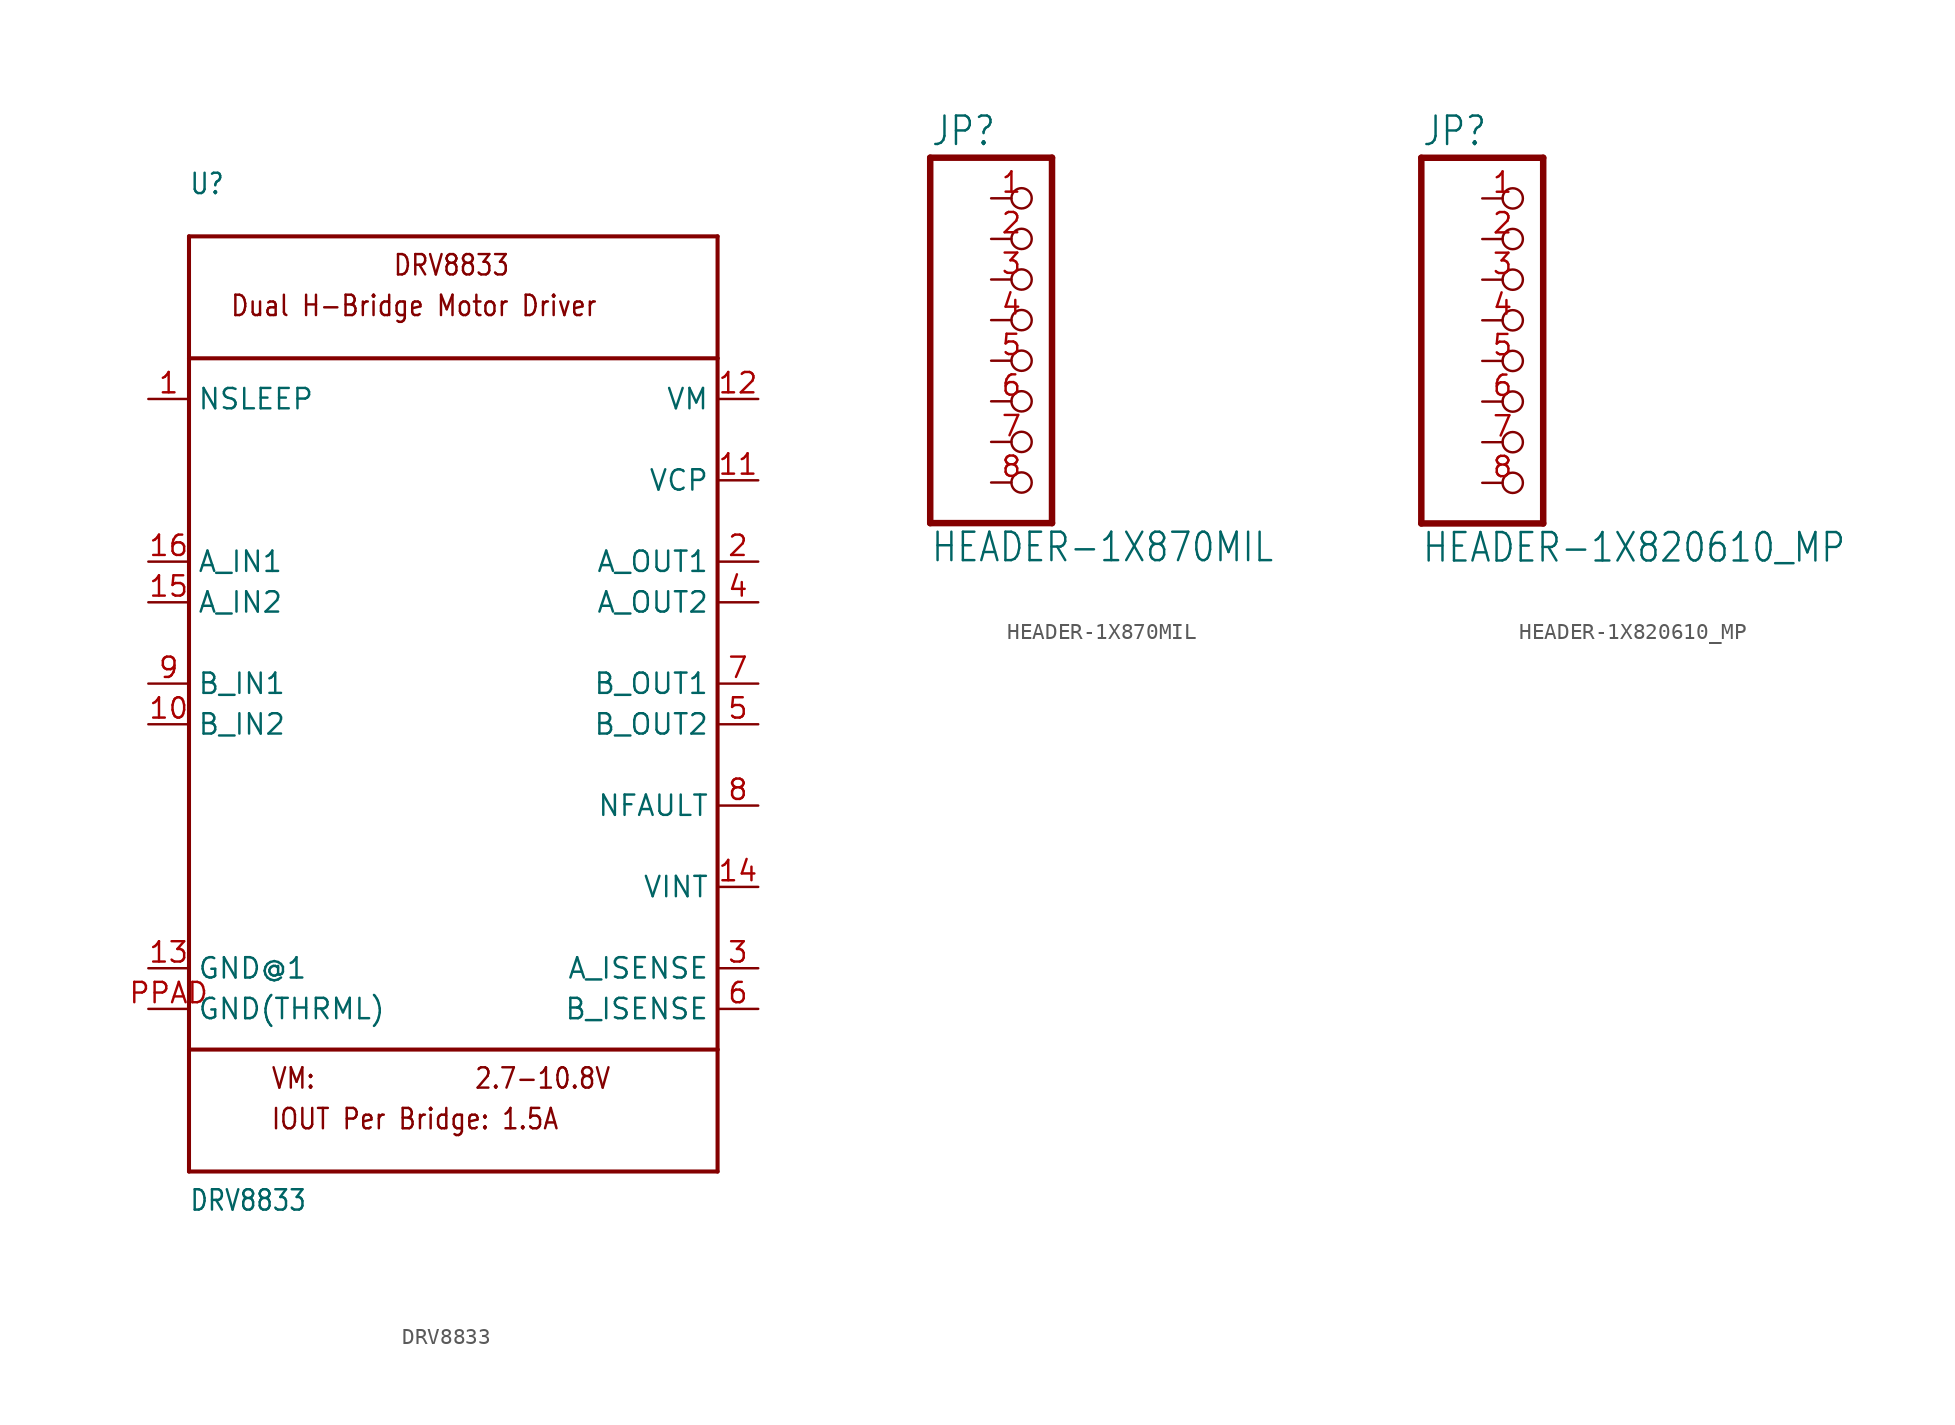
<source format=kicad_sym>
(kicad_symbol_lib
  (version 20211014)
  (generator kicad_symbol_editor)
  (symbol "DRV8833"
    (property "Reference" "U"
      (at -17.78 30.48 0)
      (effects (font (size 1.27 1.079)) (justify left bottom)))
    (property "Value" "DRV8833"
      (at -17.78 -33.02 0)
      (effects (font (size 1.27 1.079)) (justify left bottom)))
    (property "ki_locked" ""
      (at 0 0 0)
      (effects (font (size 1.27 1.27))))
    (symbol "DRV8833_1_0"
      (polyline (pts (xy -17.78 -30.48) (xy 15.24 -30.48)) (stroke (width 0.254) (type default) (color 0 0 0 0)) (fill (type none)))
      (polyline (pts (xy -17.78 -22.86) (xy -17.78 -30.48)) (stroke (width 0.254) (type default) (color 0 0 0 0)) (fill (type none)))
      (polyline (pts (xy -17.78 -22.86) (xy -17.78 20.32)) (stroke (width 0.254) (type default) (color 0 0 0 0)) (fill (type none)))
      (polyline (pts (xy -17.78 20.32) (xy 15.24 20.32)) (stroke (width 0.254) (type default) (color 0 0 0 0)) (fill (type none)))
      (polyline (pts (xy -17.78 27.94) (xy -17.78 20.32)) (stroke (width 0.254) (type default) (color 0 0 0 0)) (fill (type none)))
      (polyline (pts (xy -17.78 27.94) (xy 15.24 27.94)) (stroke (width 0.254) (type default) (color 0 0 0 0)) (fill (type none)))
      (polyline (pts (xy 15.24 -30.48) (xy 15.24 -22.86)) (stroke (width 0.254) (type default) (color 0 0 0 0)) (fill (type none)))
      (polyline (pts (xy 15.24 -22.86) (xy -17.78 -22.86)) (stroke (width 0.254) (type default) (color 0 0 0 0)) (fill (type none)))
      (polyline (pts (xy 15.24 20.32) (xy 15.24 -22.86)) (stroke (width 0.254) (type default) (color 0 0 0 0)) (fill (type none)))
      (polyline (pts (xy 15.24 27.94) (xy 15.24 20.32)) (stroke (width 0.254) (type default) (color 0 0 0 0)) (fill (type none)))
      (text "2.7-10.8V" (at 0 -25.4 0) (effects (font (size 1.27 1.079)) (justify left bottom)))
      (text "DRV8833" (at -5.08 25.4 0) (effects (font (size 1.27 1.079)) (justify left bottom)))
      (text "Dual H-Bridge Motor Driver" (at -15.24 22.86 0) (effects (font (size 1.27 1.079)) (justify left bottom)))
      (text "IOUT Per Bridge: 1.5A" (at -12.7 -27.94 0) (effects (font (size 1.27 1.079)) (justify left bottom)))
      (text "VM:" (at -12.7 -25.4 0) (effects (font (size 1.27 1.079)) (justify left bottom)))
      (pin input line (at -20.32 17.78 0) (length 2.54) (name "NSLEEP" (effects (font (size 1.27 1.27)))) (number "1" (effects (font (size 1.27 1.27)))))
      (pin input line (at -20.32 -2.54 0) (length 2.54) (name "B_IN2" (effects (font (size 1.27 1.27)))) (number "10" (effects (font (size 1.27 1.27)))))
      (pin bidirectional line (at 17.78 12.7 180) (length 2.54) (name "VCP" (effects (font (size 1.27 1.27)))) (number "11" (effects (font (size 1.27 1.27)))))
      (pin power_in line (at 17.78 17.78 180) (length 2.54) (name "VM" (effects (font (size 1.27 1.27)))) (number "12" (effects (font (size 1.27 1.27)))))
      (pin power_in line (at -20.32 -17.78 0) (length 2.54) (name "GND@1" (effects (font (size 1.27 1.27)))) (number "13" (effects (font (size 1.27 1.27)))))
      (pin power_in line (at 17.78 -12.7 180) (length 2.54) (name "VINT" (effects (font (size 1.27 1.27)))) (number "14" (effects (font (size 1.27 1.27)))))
      (pin input line (at -20.32 5.08 0) (length 2.54) (name "A_IN2" (effects (font (size 1.27 1.27)))) (number "15" (effects (font (size 1.27 1.27)))))
      (pin input line (at -20.32 7.62 0) (length 2.54) (name "A_IN1" (effects (font (size 1.27 1.27)))) (number "16" (effects (font (size 1.27 1.27)))))
      (pin output line (at 17.78 7.62 180) (length 2.54) (name "A_OUT1" (effects (font (size 1.27 1.27)))) (number "2" (effects (font (size 1.27 1.27)))))
      (pin bidirectional line (at 17.78 -17.78 180) (length 2.54) (name "A_ISENSE" (effects (font (size 1.27 1.27)))) (number "3" (effects (font (size 1.27 1.27)))))
      (pin output line (at 17.78 5.08 180) (length 2.54) (name "A_OUT2" (effects (font (size 1.27 1.27)))) (number "4" (effects (font (size 1.27 1.27)))))
      (pin output line (at 17.78 -2.54 180) (length 2.54) (name "B_OUT2" (effects (font (size 1.27 1.27)))) (number "5" (effects (font (size 1.27 1.27)))))
      (pin bidirectional line (at 17.78 -20.32 180) (length 2.54) (name "B_ISENSE" (effects (font (size 1.27 1.27)))) (number "6" (effects (font (size 1.27 1.27)))))
      (pin output line (at 17.78 0 180) (length 2.54) (name "B_OUT1" (effects (font (size 1.27 1.27)))) (number "7" (effects (font (size 1.27 1.27)))))
      (pin bidirectional line (at 17.78 -7.62 180) (length 2.54) (name "NFAULT" (effects (font (size 1.27 1.27)))) (number "8" (effects (font (size 1.27 1.27)))))
      (pin input line (at -20.32 0 0) (length 2.54) (name "B_IN1" (effects (font (size 1.27 1.27)))) (number "9" (effects (font (size 1.27 1.27)))))
      (pin power_in line (at -20.32 -20.32 0) (length 2.54) (name "GND(THRML)" (effects (font (size 1.27 1.27)))) (number "PPAD" (effects (font (size 1.27 1.27)))))))
  (symbol "HEADER-1X870MIL"
    (property "Reference" "JP"
      (at -6.35 13.335 0)
      (effects (font (size 1.778 1.511)) (justify left bottom)))
    (property "Value" "HEADER-1X870MIL"
      (at -6.35 -12.7 0)
      (effects (font (size 1.778 1.511)) (justify left bottom)))
    (property "ki_locked" ""
      (at 0 0 0)
      (effects (font (size 1.27 1.27))))
    (symbol "HEADER-1X870MIL_1_0"
      (polyline (pts (xy -6.35 -10.16) (xy 1.27 -10.16)) (stroke (width 0.406) (type default) (color 0 0 0 0)) (fill (type none)))
      (polyline (pts (xy -6.35 12.7) (xy -6.35 -10.16)) (stroke (width 0.406) (type default) (color 0 0 0 0)) (fill (type none)))
      (polyline (pts (xy 1.27 -10.16) (xy 1.27 12.7)) (stroke (width 0.406) (type default) (color 0 0 0 0)) (fill (type none)))
      (polyline (pts (xy 1.27 12.7) (xy -6.35 12.7)) (stroke (width 0.406) (type default) (color 0 0 0 0)) (fill (type none)))
      (pin passive inverted (at -2.54 10.16 0) (length 2.54) (name "1" (effects (font (size 0 0)))) (number "1" (effects (font (size 1.27 1.27)))))
      (pin passive inverted (at -2.54 7.62 0) (length 2.54) (name "2" (effects (font (size 0 0)))) (number "2" (effects (font (size 1.27 1.27)))))
      (pin passive inverted (at -2.54 5.08 0) (length 2.54) (name "3" (effects (font (size 0 0)))) (number "3" (effects (font (size 1.27 1.27)))))
      (pin passive inverted (at -2.54 2.54 0) (length 2.54) (name "4" (effects (font (size 0 0)))) (number "4" (effects (font (size 1.27 1.27)))))
      (pin passive inverted (at -2.54 0 0) (length 2.54) (name "5" (effects (font (size 0 0)))) (number "5" (effects (font (size 1.27 1.27)))))
      (pin passive inverted (at -2.54 -2.54 0) (length 2.54) (name "6" (effects (font (size 0 0)))) (number "6" (effects (font (size 1.27 1.27)))))
      (pin passive inverted (at -2.54 -5.08 0) (length 2.54) (name "7" (effects (font (size 0 0)))) (number "7" (effects (font (size 1.27 1.27)))))
      (pin passive inverted (at -2.54 -7.62 0) (length 2.54) (name "8" (effects (font (size 0 0)))) (number "8" (effects (font (size 1.27 1.27)))))))
  (symbol "HEADER-1X820610_MP"
    (property "Reference" "JP"
      (at -6.35 13.335 0)
      (effects (font (size 1.778 1.511)) (justify left bottom)))
    (property "Value" "HEADER-1X820610_MP"
      (at -6.35 -12.7 0)
      (effects (font (size 1.778 1.511)) (justify left bottom)))
    (property "ki_locked" ""
      (at 0 0 0)
      (effects (font (size 1.27 1.27))))
    (symbol "HEADER-1X820610_MP_1_0"
      (polyline (pts (xy -6.35 -10.16) (xy 1.27 -10.16)) (stroke (width 0.406) (type default) (color 0 0 0 0)) (fill (type none)))
      (polyline (pts (xy -6.35 12.7) (xy -6.35 -10.16)) (stroke (width 0.406) (type default) (color 0 0 0 0)) (fill (type none)))
      (polyline (pts (xy 1.27 -10.16) (xy 1.27 12.7)) (stroke (width 0.406) (type default) (color 0 0 0 0)) (fill (type none)))
      (polyline (pts (xy 1.27 12.7) (xy -6.35 12.7)) (stroke (width 0.406) (type default) (color 0 0 0 0)) (fill (type none)))
      (pin passive inverted (at -2.54 10.16 0) (length 2.54) (name "1" (effects (font (size 0 0)))) (number "1" (effects (font (size 1.27 1.27)))))
      (pin passive inverted (at -2.54 7.62 0) (length 2.54) (name "2" (effects (font (size 0 0)))) (number "2" (effects (font (size 1.27 1.27)))))
      (pin passive inverted (at -2.54 5.08 0) (length 2.54) (name "3" (effects (font (size 0 0)))) (number "3" (effects (font (size 1.27 1.27)))))
      (pin passive inverted (at -2.54 2.54 0) (length 2.54) (name "4" (effects (font (size 0 0)))) (number "4" (effects (font (size 1.27 1.27)))))
      (pin passive inverted (at -2.54 0 0) (length 2.54) (name "5" (effects (font (size 0 0)))) (number "5" (effects (font (size 1.27 1.27)))))
      (pin passive inverted (at -2.54 -2.54 0) (length 2.54) (name "6" (effects (font (size 0 0)))) (number "6" (effects (font (size 1.27 1.27)))))
      (pin passive inverted (at -2.54 -5.08 0) (length 2.54) (name "7" (effects (font (size 0 0)))) (number "7" (effects (font (size 1.27 1.27)))))
      (pin passive inverted (at -2.54 -7.62 0) (length 2.54) (name "8" (effects (font (size 0 0)))) (number "8" (effects (font (size 1.27 1.27))))))))
</source>
